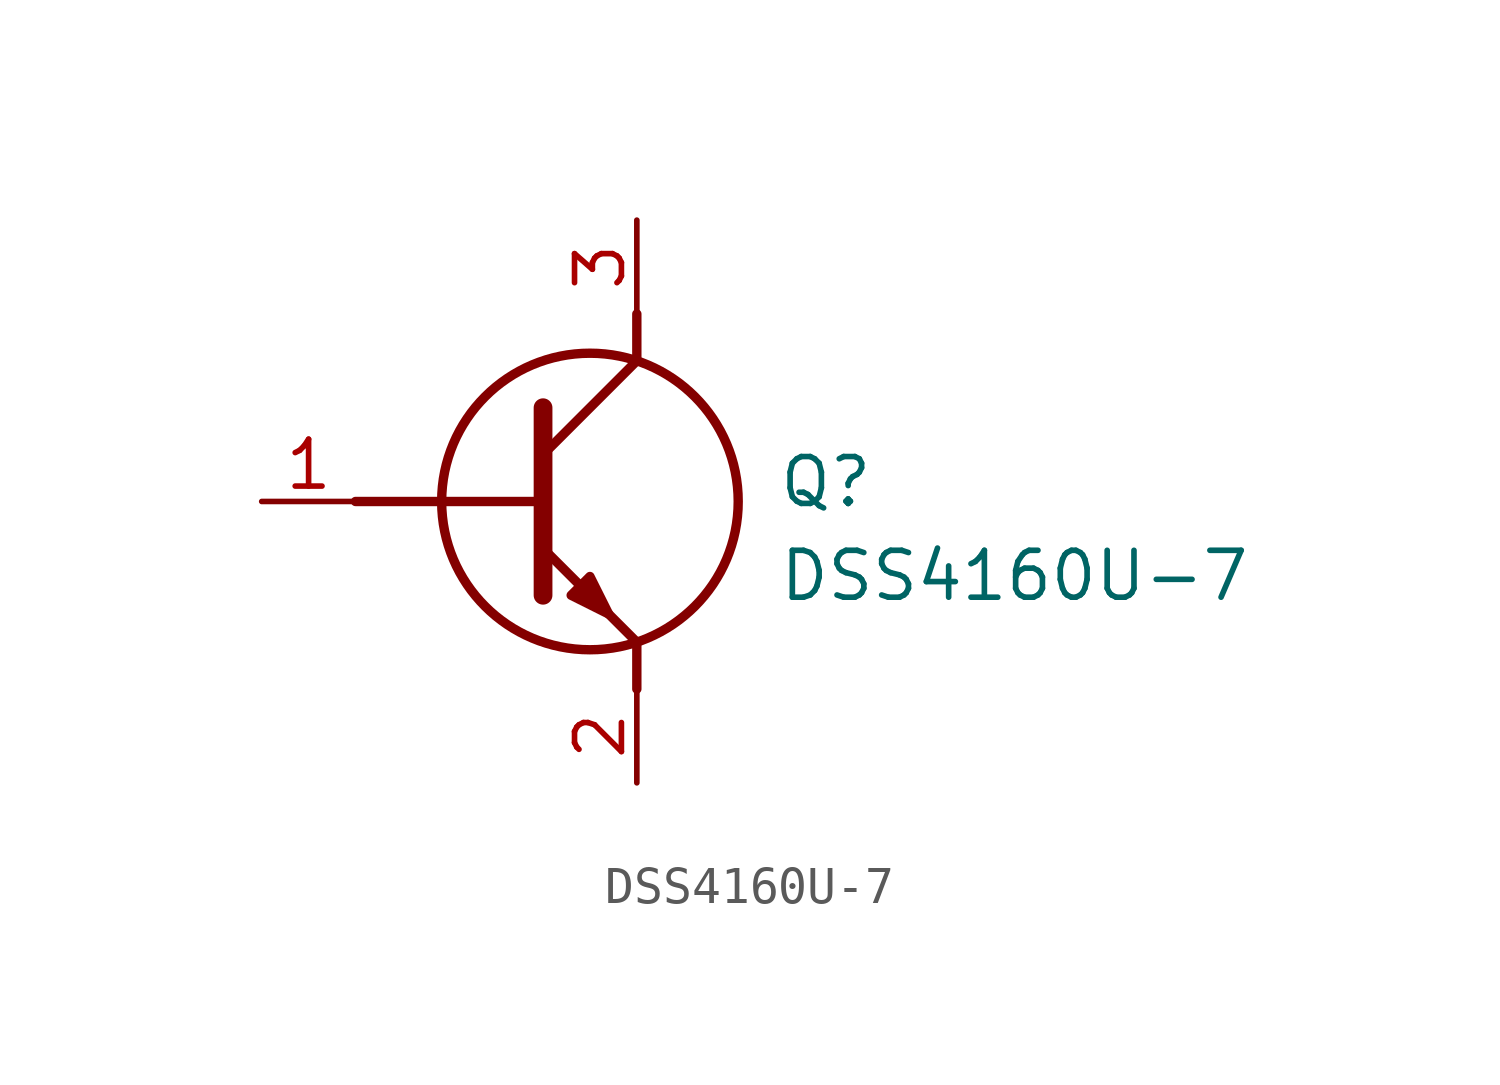
<source format=kicad_sym>
(kicad_symbol_lib
  (version 20211014)
  (generator SamacSys_ECAD_Model)
  (symbol "DSS4160U-7"
    (pin_names hide)
    (property "Reference" "Q"
      (at 13.97 1.27 0)
      (effects (font (size 1.27 1.27)) (justify left top)))
    (property "Value" "DSS4160U-7"
      (at 13.97 -1.27 0)
      (effects (font (size 1.27 1.27)) (justify left top)))
    (polyline
      (pts (xy 7.62 2.54) (xy 7.62 -2.54))
      (stroke (width 0.508) (type default))
      (fill (type none)))
    (polyline
      (pts (xy 7.62 1.27) (xy 10.16 3.81))
      (stroke (width 0.254) (type default))
      (fill (type none)))
    (polyline
      (pts (xy 7.62 -1.27) (xy 10.16 -3.81))
      (stroke (width 0.254) (type default))
      (fill (type none)))
    (polyline
      (pts (xy 10.16 -3.81) (xy 10.16 -5.08))
      (stroke (width 0.254) (type default))
      (fill (type none)))
    (polyline
      (pts (xy 10.16 3.81) (xy 10.16 5.08))
      (stroke (width 0.254) (type default))
      (fill (type none)))
    (polyline
      (pts (xy 2.54 0) (xy 7.62 0))
      (stroke (width 0.254) (type default))
      (fill (type none)))
    (circle
      (center 8.89 0)
      (radius 4.016)
      (stroke (width 0.254) (type default))
      (fill (type none)))
    (polyline
      (pts (xy 8.382 -2.54) (xy 8.89 -2.032) (xy 9.398 -3.048) (xy 8.382 -2.54))
      (stroke (width 0.254) (type default))
      (fill (type outline)))
    (pin passive line
      (at 0 0 0)
      (length 2.54)
      (name "B" (effects (font (size 1.27 1.27))))
      (number "1" (effects (font (size 1.27 1.27)))))
    (pin passive line
      (at 10.16 -7.62 90)
      (length 2.54)
      (name "E" (effects (font (size 1.27 1.27))))
      (number "2" (effects (font (size 1.27 1.27)))))
    (pin passive line
      (at 10.16 7.62 270)
      (length 2.54)
      (name "C" (effects (font (size 1.27 1.27))))
      (number "3" (effects (font (size 1.27 1.27)))))))
</source>
